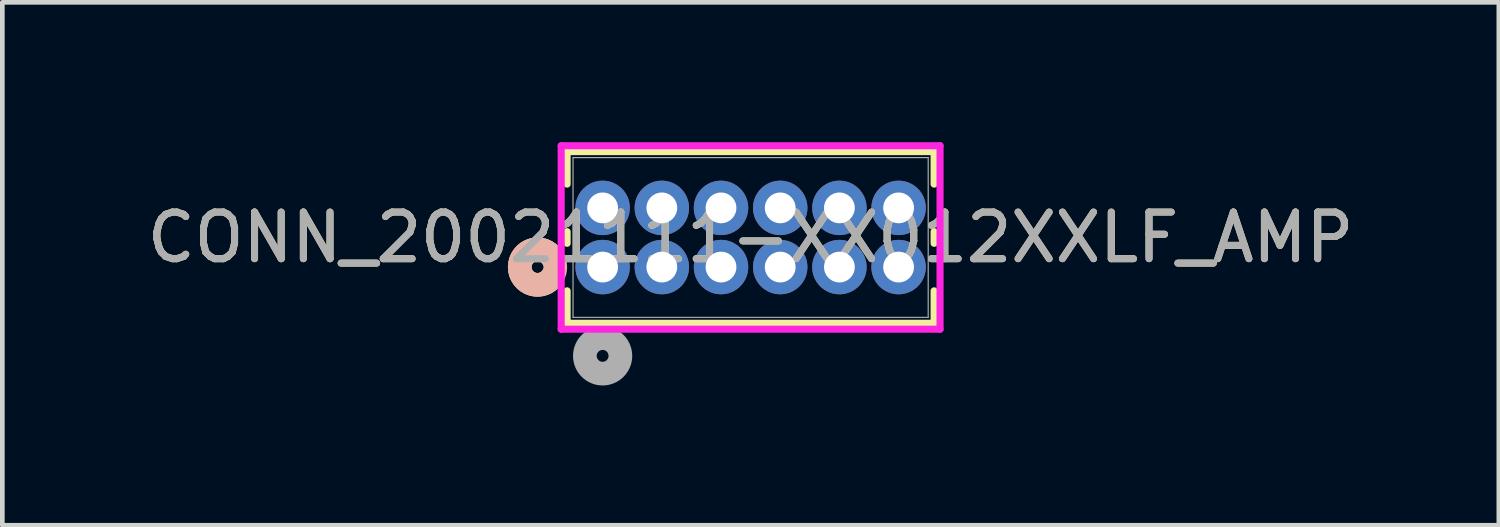
<source format=kicad_pcb>
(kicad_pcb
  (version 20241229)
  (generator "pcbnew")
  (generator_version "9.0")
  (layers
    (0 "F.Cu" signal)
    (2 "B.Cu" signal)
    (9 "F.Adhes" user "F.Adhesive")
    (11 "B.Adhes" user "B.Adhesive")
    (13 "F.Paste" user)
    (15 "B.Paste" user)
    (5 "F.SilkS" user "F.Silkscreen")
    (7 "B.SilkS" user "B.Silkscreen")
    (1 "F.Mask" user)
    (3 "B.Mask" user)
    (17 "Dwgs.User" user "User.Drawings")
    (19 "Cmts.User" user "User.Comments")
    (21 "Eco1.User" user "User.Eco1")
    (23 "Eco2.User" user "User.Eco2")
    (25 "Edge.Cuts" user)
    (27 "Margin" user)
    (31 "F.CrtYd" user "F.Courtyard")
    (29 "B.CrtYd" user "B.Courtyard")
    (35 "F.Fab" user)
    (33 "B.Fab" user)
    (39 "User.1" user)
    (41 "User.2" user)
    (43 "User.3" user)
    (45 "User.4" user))
  (footprint "CONN_20021111-XX012XXLF_AMP"
    (layer "F.Cu")
    (at 9.879 2.68)
    (property "Reference" "CONN_20021111-XX012XXLF_AMP" (at 3.175 -0.635 0) (unlocked yes) (layer "F.SilkS") (effects (font (size 1 1) (thickness 0.15))))
    (attr through_hole)
    (fp_line (start -0.762 -2.477) (end -0.762 -1.78) (stroke (width 0.152) (type solid)) (layer "F.SilkS"))
    (fp_line (start -0.762 -0.76) (end -0.762 -0.51) (stroke (width 0.152) (type solid)) (layer "F.SilkS"))
    (fp_line (start -0.762 0.51) (end -0.762 1.206) (stroke (width 0.152) (type solid)) (layer "F.SilkS"))
    (fp_line (start -0.762 1.206) (end 7.112 1.206) (stroke (width 0.152) (type solid)) (layer "F.SilkS"))
    (fp_line (start 7.112 -2.477) (end -0.762 -2.477) (stroke (width 0.152) (type solid)) (layer "F.SilkS"))
    (fp_line (start 7.112 -1.78) (end 7.112 -2.477) (stroke (width 0.152) (type solid)) (layer "F.SilkS"))
    (fp_line (start 7.112 -0.51) (end 7.112 -0.76) (stroke (width 0.152) (type solid)) (layer "F.SilkS"))
    (fp_line (start 7.112 1.206) (end 7.112 0.51) (stroke (width 0.152) (type solid)) (layer "F.SilkS"))
    (fp_arc (start -1.075485 0.204423) (mid -1.778 0) (end -1.075484 -0.204423) (stroke (width 0.508) (type solid)) (layer "F.SilkS"))
    (fp_circle (center -1.397 0) (end -1.016 0) (stroke (width 0.508) (type solid)) (fill no) (layer "B.SilkS"))
    (fp_line (start -0.889 -2.603) (end -0.889 1.333) (stroke (width 0.152) (type solid)) (layer "F.CrtYd"))
    (fp_line (start -0.889 1.333) (end 7.239 1.333) (stroke (width 0.152) (type solid)) (layer "F.CrtYd"))
    (fp_line (start 7.239 -2.603) (end -0.889 -2.603) (stroke (width 0.152) (type solid)) (layer "F.CrtYd"))
    (fp_line (start 7.239 1.333) (end 7.239 -2.603) (stroke (width 0.152) (type solid)) (layer "F.CrtYd"))
    (fp_line (start -0.635 -2.349) (end -0.635 1.079) (stroke (width 0.025) (type solid)) (layer "F.Fab"))
    (fp_line (start -0.635 1.079) (end 6.985 1.079) (stroke (width 0.025) (type solid)) (layer "F.Fab"))
    (fp_line (start 6.985 -2.349) (end -0.635 -2.349) (stroke (width 0.025) (type solid)) (layer "F.Fab"))
    (fp_line (start 6.985 1.079) (end 6.985 -2.349) (stroke (width 0.025) (type solid)) (layer "F.Fab"))
    (fp_circle (center 0 1.905) (end 0.381 1.905) (stroke (width 0.508) (type solid)) (fill no) (layer "F.Fab"))
    (fp_text user "${REFERENCE}" (at 3.175 -0.635 0) (unlocked yes) (layer "F.Fab") (effects (font (size 1 1) (thickness 0.15))))
    (pad "1" thru_hole circle (at 0 0) (size 1.168 1.168) (drill 0.66) (layers "*.Cu" "*.Mask"))
    (pad "2" thru_hole circle (at 0 -1.27) (size 1.168 1.168) (drill 0.66) (layers "*.Cu" "*.Mask"))
    (pad "3" thru_hole circle (at 1.27 0) (size 1.168 1.168) (drill 0.66) (layers "*.Cu" "*.Mask"))
    (pad "4" thru_hole circle (at 1.27 -1.27) (size 1.168 1.168) (drill 0.66) (layers "*.Cu" "*.Mask"))
    (pad "5" thru_hole circle (at 2.54 0) (size 1.168 1.168) (drill 0.66) (layers "*.Cu" "*.Mask"))
    (pad "6" thru_hole circle (at 2.54 -1.27) (size 1.168 1.168) (drill 0.66) (layers "*.Cu" "*.Mask"))
    (pad "7" thru_hole circle (at 3.81 0) (size 1.168 1.168) (drill 0.66) (layers "*.Cu" "*.Mask"))
    (pad "8" thru_hole circle (at 3.81 -1.27) (size 1.168 1.168) (drill 0.66) (layers "*.Cu" "*.Mask"))
    (pad "9" thru_hole circle (at 5.08 0) (size 1.168 1.168) (drill 0.66) (layers "*.Cu" "*.Mask"))
    (pad "10" thru_hole circle (at 5.08 -1.27) (size 1.168 1.168) (drill 0.66) (layers "*.Cu" "*.Mask"))
    (pad "11" thru_hole circle (at 6.35 0) (size 1.168 1.168) (drill 0.66) (layers "*.Cu" "*.Mask"))
    (pad "12" thru_hole circle (at 6.35 -1.27) (size 1.168 1.168) (drill 0.66) (layers "*.Cu" "*.Mask")))
  (gr_rect
    (start -3 -3)
    (end 29.107 8.22)
    (stroke (width 0.1) (type default))
    (fill no)
    (layer "Edge.Cuts")))
</source>
